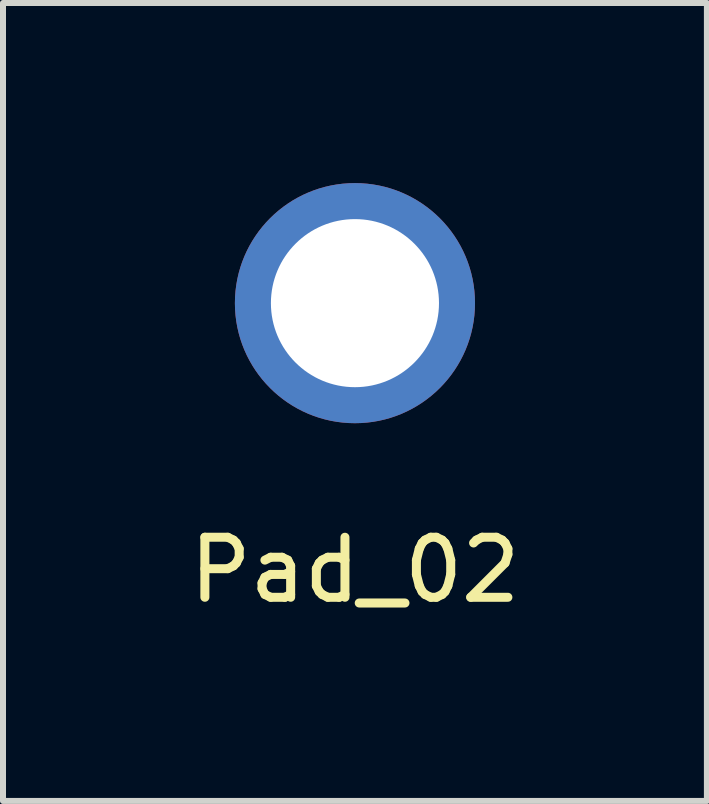
<source format=kicad_pcb>
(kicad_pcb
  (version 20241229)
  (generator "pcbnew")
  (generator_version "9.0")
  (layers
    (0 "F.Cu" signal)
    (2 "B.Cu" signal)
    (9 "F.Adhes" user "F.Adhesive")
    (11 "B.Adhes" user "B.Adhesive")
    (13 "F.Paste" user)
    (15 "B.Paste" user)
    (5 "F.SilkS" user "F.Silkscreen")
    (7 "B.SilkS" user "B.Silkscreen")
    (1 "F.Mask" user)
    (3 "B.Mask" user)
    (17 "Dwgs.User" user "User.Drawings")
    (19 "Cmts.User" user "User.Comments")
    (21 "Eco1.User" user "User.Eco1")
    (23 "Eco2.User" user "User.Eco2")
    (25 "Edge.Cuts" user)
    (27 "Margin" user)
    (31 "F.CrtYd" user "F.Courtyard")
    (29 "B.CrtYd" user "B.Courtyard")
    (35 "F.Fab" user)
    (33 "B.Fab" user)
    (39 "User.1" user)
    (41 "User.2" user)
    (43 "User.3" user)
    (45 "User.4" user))
  (footprint "Pad_02"
    (layer "F.Cu")
    (at 2.863 2)
    (property "Reference" "Pad_02" (at 0 4.445 0) (layer "F.SilkS") (effects (font (size 1 1) (thickness 0.15))))
    (attr through_hole)
    (pad "1" thru_hole circle (at 0 0) (size 4 4) (drill 2.8) (layers "*.Cu" "*.Mask")))
  (gr_rect
    (start -3 -3)
    (end 8.726 10.293)
    (stroke (width 0.1) (type default))
    (fill no)
    (layer "Edge.Cuts")))
</source>
